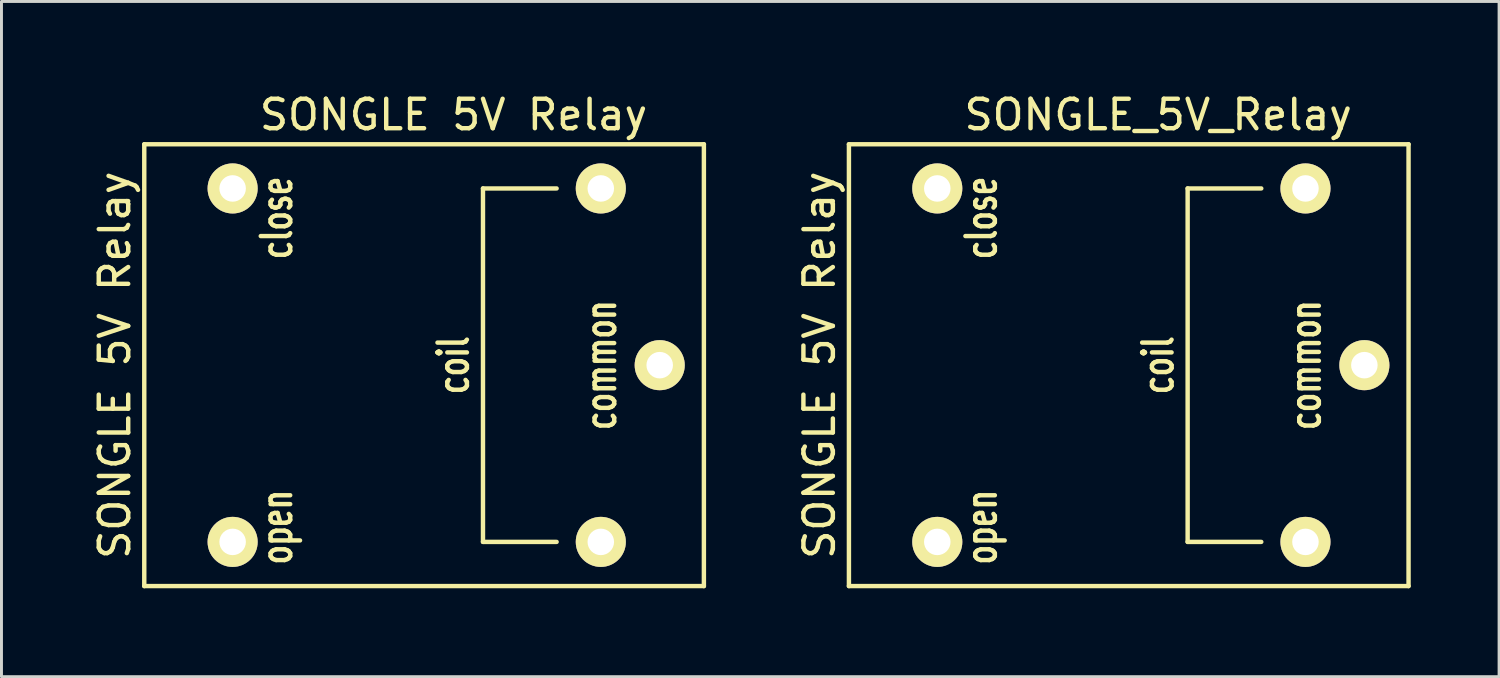
<source format=kicad_pcb>
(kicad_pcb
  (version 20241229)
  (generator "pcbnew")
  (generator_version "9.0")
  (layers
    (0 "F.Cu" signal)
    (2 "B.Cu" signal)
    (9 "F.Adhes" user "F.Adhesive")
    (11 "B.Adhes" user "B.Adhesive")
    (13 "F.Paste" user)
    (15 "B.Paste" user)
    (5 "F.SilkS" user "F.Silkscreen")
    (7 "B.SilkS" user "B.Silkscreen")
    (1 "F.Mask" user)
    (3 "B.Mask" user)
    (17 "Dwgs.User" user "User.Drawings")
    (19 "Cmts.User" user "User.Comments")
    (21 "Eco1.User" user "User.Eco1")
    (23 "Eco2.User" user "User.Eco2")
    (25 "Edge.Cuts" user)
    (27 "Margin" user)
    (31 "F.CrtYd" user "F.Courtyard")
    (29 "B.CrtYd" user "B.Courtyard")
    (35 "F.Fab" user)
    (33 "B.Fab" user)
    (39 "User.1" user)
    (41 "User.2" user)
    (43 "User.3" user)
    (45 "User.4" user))
  (footprint "SONGLE_5V_Relay"
    (layer "F.Cu")
    (at 35.772 8.848)
    (property "Reference" "SONGLE_5V_Relay" (at 0.5 -8 0) (layer "F.SilkS") (effects (font (size 1 1) (thickness 0.15))))
    (attr through_hole)
    (fp_line (start -10 -7) (end 9 -7) (stroke (width 0.15) (type solid)) (layer "F.SilkS"))
    (fp_line (start -10 8) (end -10 -7) (stroke (width 0.15) (type solid)) (layer "F.SilkS"))
    (fp_line (start 1.5 -5.5) (end 1.5 6.5) (stroke (width 0.15) (type solid)) (layer "F.SilkS"))
    (fp_line (start 1.5 6.5) (end 4 6.5) (stroke (width 0.15) (type solid)) (layer "F.SilkS"))
    (fp_line (start 4 -5.5) (end 1.5 -5.5) (stroke (width 0.15) (type solid)) (layer "F.SilkS"))
    (fp_line (start 9 -7) (end 9 8) (stroke (width 0.15) (type solid)) (layer "F.SilkS"))
    (fp_line (start 9 8) (end -10 8) (stroke (width 0.15) (type solid)) (layer "F.SilkS"))
    (fp_text user "SONGLE 5V Relay" (at -11 0.5 90) (layer "F.SilkS") (effects (font (size 1 1) (thickness 0.15))))
    (fp_text user "common" (at 5.5 0.5 90) (layer "F.SilkS") (effects (font (size 1 0.7) (thickness 0.15))))
    (fp_text user "close" (at -5.5 -4.5 90) (layer "F.SilkS") (effects (font (size 1 0.7) (thickness 0.15))))
    (fp_text user "open" (at -5.5 6 90) (layer "F.SilkS") (effects (font (size 1 0.7) (thickness 0.15))))
    (fp_text user "coil" (at 0.5 0.5 90) (layer "F.SilkS") (effects (font (size 1 0.7) (thickness 0.15))))
    (pad "1" thru_hole circle (at 5.5 -5.5) (size 1.7 1.7) (drill 0.9) (layers "*.Cu" "*.Mask" "F.SilkS"))
    (pad "2" thru_hole circle (at 5.5 6.5) (size 1.7 1.7) (drill 0.9) (layers "*.Cu" "*.Mask" "F.SilkS"))
    (pad "3" thru_hole circle (at 7.5 0.5) (size 1.7 1.7) (drill 0.9) (layers "*.Cu" "*.Mask" "F.SilkS"))
    (pad "4" thru_hole circle (at -7 -5.5) (size 1.7 1.7) (drill 0.9) (layers "*.Cu" "*.Mask" "F.SilkS"))
    (pad "5" thru_hole circle (at -7 6.5) (size 1.7 1.7) (drill 0.9) (layers "*.Cu" "*.Mask" "F.SilkS")))
  (footprint "SONGLE 5V Relay"
    (layer "F.Cu")
    (at 11.848 8.848)
    (property "Reference" "SONGLE 5V Relay" (at 0.5 -8 0) (layer "F.SilkS") (effects (font (size 1 1) (thickness 0.15))))
    (attr through_hole)
    (fp_line (start -10 -7) (end 9 -7) (stroke (width 0.15) (type solid)) (layer "F.SilkS"))
    (fp_line (start -10 8) (end -10 -7) (stroke (width 0.15) (type solid)) (layer "F.SilkS"))
    (fp_line (start 1.5 -5.5) (end 1.5 6.5) (stroke (width 0.15) (type solid)) (layer "F.SilkS"))
    (fp_line (start 1.5 6.5) (end 4 6.5) (stroke (width 0.15) (type solid)) (layer "F.SilkS"))
    (fp_line (start 4 -5.5) (end 1.5 -5.5) (stroke (width 0.15) (type solid)) (layer "F.SilkS"))
    (fp_line (start 9 -7) (end 9 8) (stroke (width 0.15) (type solid)) (layer "F.SilkS"))
    (fp_line (start 9 8) (end -10 8) (stroke (width 0.15) (type solid)) (layer "F.SilkS"))
    (fp_text user "close" (at -5.5 -4.5 90) (layer "F.SilkS") (effects (font (size 1 0.7) (thickness 0.15))))
    (fp_text user "coil" (at 0.5 0.5 90) (layer "F.SilkS") (effects (font (size 1 0.7) (thickness 0.15))))
    (fp_text user "SONGLE 5V Relay" (at -11 0.5 90) (layer "F.SilkS") (effects (font (size 1 1) (thickness 0.15))))
    (fp_text user "common" (at 5.5 0.5 90) (layer "F.SilkS") (effects (font (size 1 0.7) (thickness 0.15))))
    (fp_text user "open" (at -5.5 6 90) (layer "F.SilkS") (effects (font (size 1 0.7) (thickness 0.15))))
    (pad "1" thru_hole circle (at 5.5 -5.5) (size 1.7 1.7) (drill 0.9) (layers "*.Cu" "*.Mask" "F.SilkS"))
    (pad "2" thru_hole circle (at 5.5 6.5) (size 1.7 1.7) (drill 0.9) (layers "*.Cu" "*.Mask" "F.SilkS"))
    (pad "3" thru_hole circle (at 7.5 0.5) (size 1.7 1.7) (drill 0.9) (layers "*.Cu" "*.Mask" "F.SilkS"))
    (pad "4" thru_hole circle (at -7 -5.5) (size 1.7 1.7) (drill 0.9) (layers "*.Cu" "*.Mask" "F.SilkS"))
    (pad "5" thru_hole circle (at -7 6.5) (size 1.7 1.7) (drill 0.9) (layers "*.Cu" "*.Mask" "F.SilkS")))
  (gr_rect
    (start -3 -3)
    (end 47.846 19.923)
    (stroke (width 0.1) (type default))
    (fill no)
    (layer "Edge.Cuts")))
</source>
